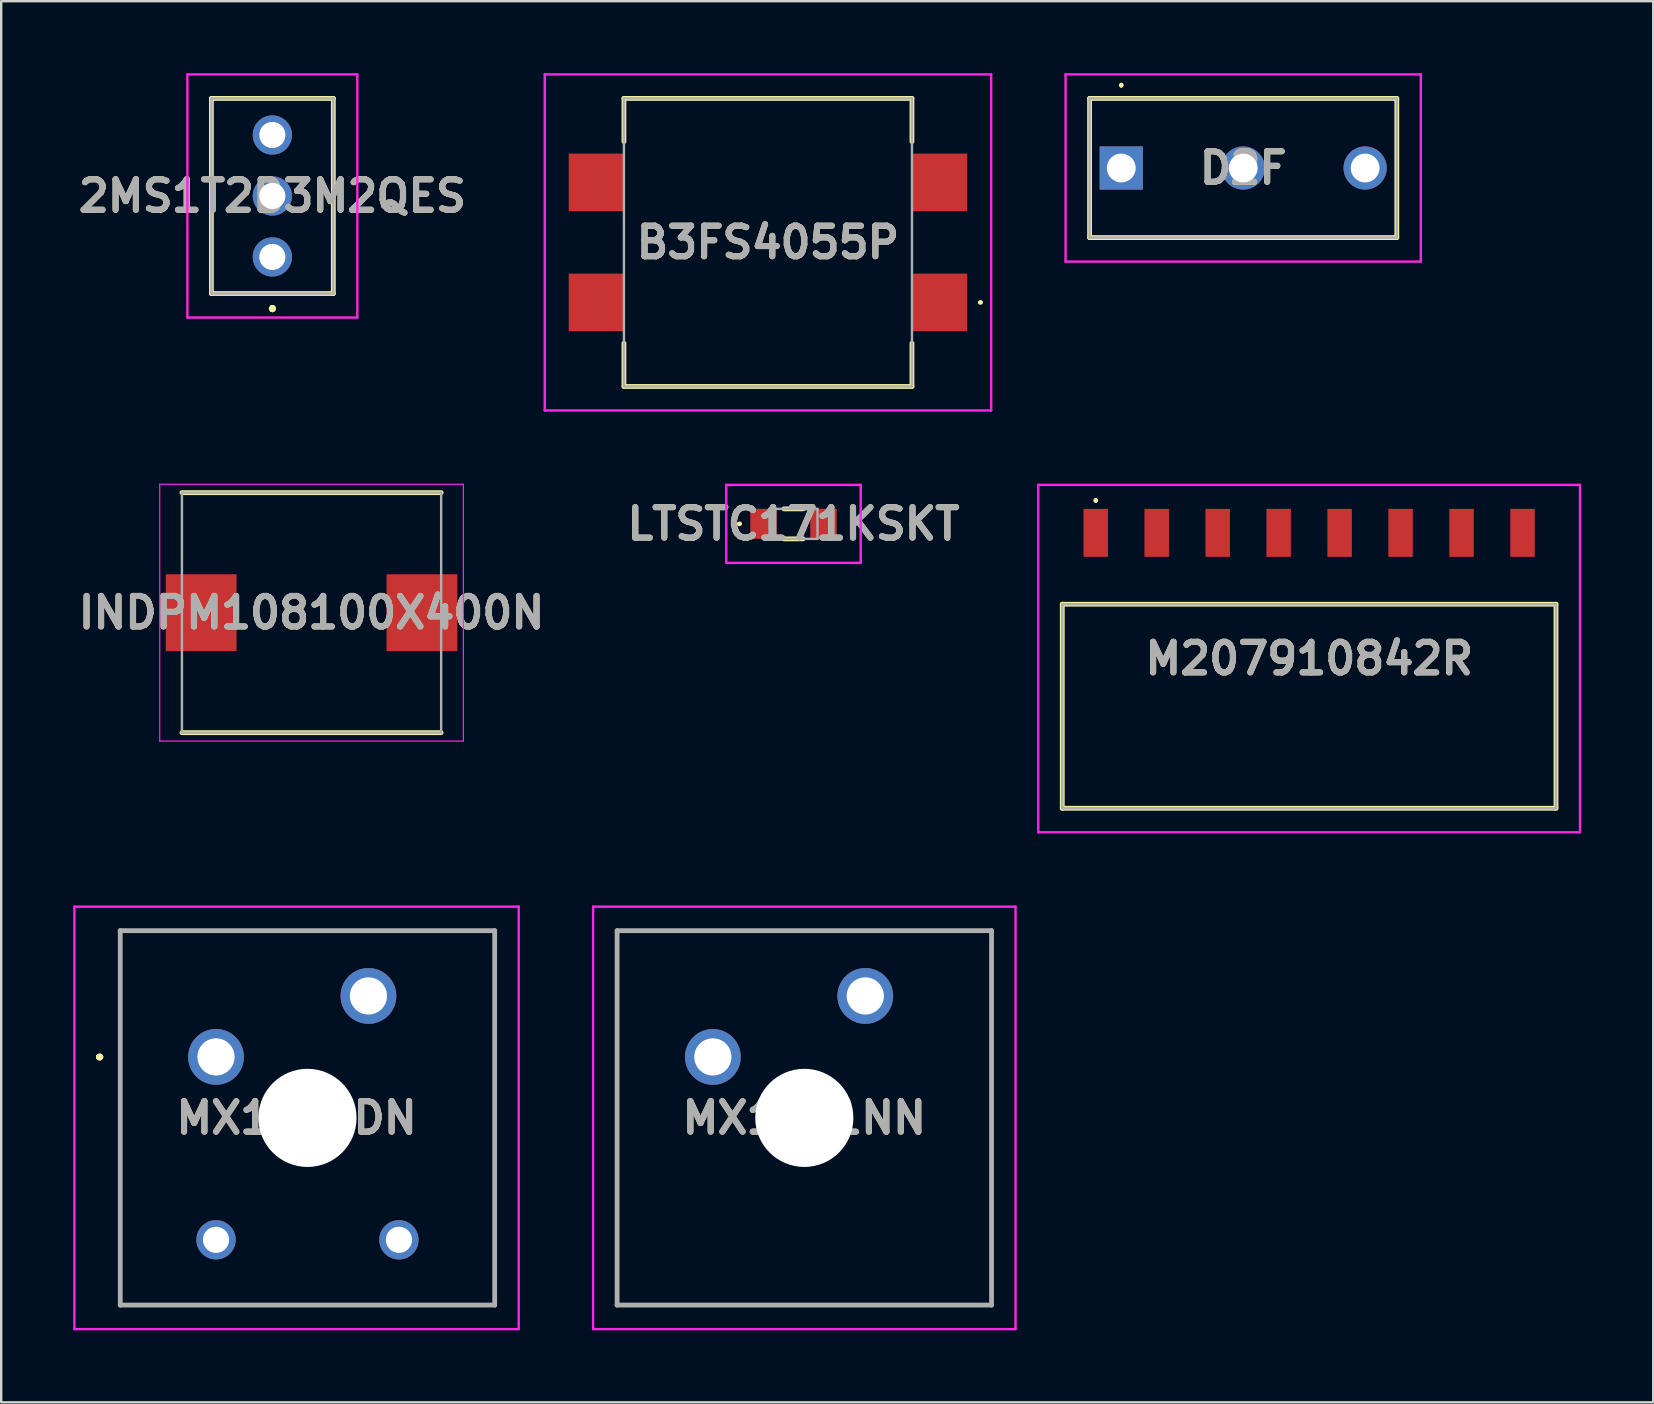
<source format=kicad_pcb>
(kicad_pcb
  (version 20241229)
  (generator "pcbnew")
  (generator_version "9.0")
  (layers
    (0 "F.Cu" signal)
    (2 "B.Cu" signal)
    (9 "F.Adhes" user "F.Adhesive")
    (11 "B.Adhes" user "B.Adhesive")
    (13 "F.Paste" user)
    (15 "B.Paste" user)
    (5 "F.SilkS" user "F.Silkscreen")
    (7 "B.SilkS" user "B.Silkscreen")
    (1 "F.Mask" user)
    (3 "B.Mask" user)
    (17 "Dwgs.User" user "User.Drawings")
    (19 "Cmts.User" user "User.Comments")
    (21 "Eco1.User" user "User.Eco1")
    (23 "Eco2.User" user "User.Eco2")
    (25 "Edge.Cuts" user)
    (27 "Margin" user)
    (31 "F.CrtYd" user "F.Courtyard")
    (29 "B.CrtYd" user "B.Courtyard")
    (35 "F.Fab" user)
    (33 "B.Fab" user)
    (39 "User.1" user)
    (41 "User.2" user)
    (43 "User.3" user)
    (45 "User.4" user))
  (footprint "M207910842R"
    (layer "F.Cu")
    (at 51.492 26.374)
    (property "Reference" "M207910842R" (at 0 -1.987 0) (layer "F.SilkS") (effects (font (size 1.27 1.27) (thickness 0.254))))
    (attr smd)
    (fp_line (start -10.285 -4.25) (end -10.285 4.25) (stroke (width 0.2) (type solid)) (layer "F.SilkS"))
    (fp_line (start -10.285 4.25) (end 10.285 4.25) (stroke (width 0.2) (type solid)) (layer "F.SilkS"))
    (fp_line (start -8.89 -8.625) (end -8.89 -8.625) (stroke (width 0.1) (type solid)) (layer "F.SilkS"))
    (fp_line (start -8.89 -8.524) (end -8.89 -8.524) (stroke (width 0.1) (type solid)) (layer "F.SilkS"))
    (fp_line (start 10.285 -4.25) (end -10.285 -4.25) (stroke (width 0.2) (type solid)) (layer "F.SilkS"))
    (fp_line (start 10.285 4.25) (end 10.285 -4.25) (stroke (width 0.2) (type solid)) (layer "F.SilkS"))
    (fp_arc (start -8.89 -8.625) (mid -8.8395 -8.5745) (end -8.89 -8.524) (stroke (width 0.1) (type solid)) (layer "F.SilkS"))
    (fp_arc (start -8.89 -8.524) (mid -8.9405 -8.5745) (end -8.89 -8.625) (stroke (width 0.1) (type solid)) (layer "F.SilkS"))
    (fp_line (start -11.285 -9.224) (end 11.285 -9.224) (stroke (width 0.1) (type solid)) (layer "F.CrtYd"))
    (fp_line (start -11.285 5.25) (end -11.285 -9.224) (stroke (width 0.1) (type solid)) (layer "F.CrtYd"))
    (fp_line (start 11.285 -9.224) (end 11.285 5.25) (stroke (width 0.1) (type solid)) (layer "F.CrtYd"))
    (fp_line (start 11.285 5.25) (end -11.285 5.25) (stroke (width 0.1) (type solid)) (layer "F.CrtYd"))
    (fp_line (start -10.285 -4.25) (end 10.285 -4.25) (stroke (width 0.1) (type solid)) (layer "F.Fab"))
    (fp_line (start -10.285 4.25) (end -10.285 -4.25) (stroke (width 0.1) (type solid)) (layer "F.Fab"))
    (fp_line (start 10.285 -4.25) (end 10.285 4.25) (stroke (width 0.1) (type solid)) (layer "F.Fab"))
    (fp_line (start 10.285 4.25) (end -10.285 4.25) (stroke (width 0.1) (type solid)) (layer "F.Fab"))
    (fp_text user "${REFERENCE}" (at 0 -1.987 0) (layer "F.Fab") (effects (font (size 1.27 1.27) (thickness 0.254))))
    (pad "1" smd rect (at -8.89 -7.224) (size 1.02 2) (layers "F.Cu" "F.Mask" "F.Paste"))
    (pad "2" smd rect (at -6.35 -7.224) (size 1.02 2) (layers "F.Cu" "F.Mask" "F.Paste"))
    (pad "3" smd rect (at -3.81 -7.224) (size 1.02 2) (layers "F.Cu" "F.Mask" "F.Paste"))
    (pad "4" smd rect (at -1.27 -7.224) (size 1.02 2) (layers "F.Cu" "F.Mask" "F.Paste"))
    (pad "5" smd rect (at 1.27 -7.224) (size 1.02 2) (layers "F.Cu" "F.Mask" "F.Paste"))
    (pad "6" smd rect (at 3.81 -7.224) (size 1.02 2) (layers "F.Cu" "F.Mask" "F.Paste"))
    (pad "7" smd rect (at 6.35 -7.224) (size 1.02 2) (layers "F.Cu" "F.Mask" "F.Paste"))
    (pad "8" smd rect (at 8.89 -7.224) (size 1.02 2) (layers "F.Cu" "F.Mask" "F.Paste")))
  (footprint "MX1AC1NN"
    (layer "F.Cu")
    (at 26.65 40.984)
    (property "Reference" "MX1AC1NN" (at 3.81 2.54 0) (layer "F.SilkS") (effects (font (size 1.27 1.27) (thickness 0.254))))
    (attr through_hole)
    (fp_line (start -3.99 -5.26) (end 11.61 -5.26) (stroke (width 0.1) (type solid)) (layer "F.SilkS"))
    (fp_line (start -3.99 10.34) (end -3.99 -5.26) (stroke (width 0.1) (type solid)) (layer "F.SilkS"))
    (fp_line (start 11.61 -5.26) (end 11.61 10.34) (stroke (width 0.1) (type solid)) (layer "F.SilkS"))
    (fp_line (start 11.61 10.34) (end -3.99 10.34) (stroke (width 0.1) (type solid)) (layer "F.SilkS"))
    (fp_line (start -4.99 -6.26) (end 12.61 -6.26) (stroke (width 0.1) (type solid)) (layer "F.CrtYd"))
    (fp_line (start -4.99 11.34) (end -4.99 -6.26) (stroke (width 0.1) (type solid)) (layer "F.CrtYd"))
    (fp_line (start 12.61 -6.26) (end 12.61 11.34) (stroke (width 0.1) (type solid)) (layer "F.CrtYd"))
    (fp_line (start 12.61 11.34) (end -4.99 11.34) (stroke (width 0.1) (type solid)) (layer "F.CrtYd"))
    (fp_line (start -3.99 -5.26) (end 11.61 -5.26) (stroke (width 0.2) (type solid)) (layer "F.Fab"))
    (fp_line (start -3.99 10.34) (end -3.99 -5.26) (stroke (width 0.2) (type solid)) (layer "F.Fab"))
    (fp_line (start 11.61 -5.26) (end 11.61 10.34) (stroke (width 0.2) (type solid)) (layer "F.Fab"))
    (fp_line (start 11.61 10.34) (end -3.99 10.34) (stroke (width 0.2) (type solid)) (layer "F.Fab"))
    (fp_text user "${REFERENCE}" (at 3.81 2.54 0) (layer "F.Fab") (effects (font (size 1.27 1.27) (thickness 0.254))))
    (pad "" np_thru_hole circle (at 3.81 2.54) (size 4.089 4.089) (drill 4.089) (layers "*.Cu" "*.Mask"))
    (pad "1" thru_hole circle (at 0 0) (size 2.324 2.324) (drill 1.549) (layers "*.Cu" "*.Mask"))
    (pad "2" thru_hole circle (at 6.35 -2.54) (size 2.324 2.324) (drill 1.549) (layers "*.Cu" "*.Mask")))
  (footprint "B3FS4055P"
    (layer "F.Cu")
    (at 28.945 7.05)
    (property "Reference" "B3FS4055P" (at 0 0 0) (layer "F.SilkS") (effects (font (size 1.27 1.27) (thickness 0.254))))
    (attr smd)
    (fp_line (start -6 -6) (end 6 -6) (stroke (width 0.2) (type solid)) (layer "F.SilkS"))
    (fp_line (start -6 -4.2) (end -6 -6) (stroke (width 0.2) (type solid)) (layer "F.SilkS"))
    (fp_line (start -6 6) (end -6 4.2) (stroke (width 0.2) (type solid)) (layer "F.SilkS"))
    (fp_line (start 6 -6) (end 6 -4.2) (stroke (width 0.2) (type solid)) (layer "F.SilkS"))
    (fp_line (start 6 4.2) (end 6 6) (stroke (width 0.2) (type solid)) (layer "F.SilkS"))
    (fp_line (start 6 6) (end -6 6) (stroke (width 0.2) (type solid)) (layer "F.SilkS"))
    (fp_line (start 8.8 2.5) (end 8.8 2.5) (stroke (width 0.1) (type solid)) (layer "F.SilkS"))
    (fp_line (start 8.9 2.5) (end 8.9 2.5) (stroke (width 0.1) (type solid)) (layer "F.SilkS"))
    (fp_arc (start 8.8 2.5) (mid 8.85 2.45) (end 8.9 2.5) (stroke (width 0.1) (type solid)) (layer "F.SilkS"))
    (fp_arc (start 8.9 2.5) (mid 8.85 2.55) (end 8.8 2.5) (stroke (width 0.1) (type solid)) (layer "F.SilkS"))
    (fp_line (start -9.3 -7) (end 9.3 -7) (stroke (width 0.1) (type solid)) (layer "F.CrtYd"))
    (fp_line (start -9.3 7) (end -9.3 -7) (stroke (width 0.1) (type solid)) (layer "F.CrtYd"))
    (fp_line (start 9.3 -7) (end 9.3 7) (stroke (width 0.1) (type solid)) (layer "F.CrtYd"))
    (fp_line (start 9.3 7) (end -9.3 7) (stroke (width 0.1) (type solid)) (layer "F.CrtYd"))
    (fp_line (start -6 -6) (end 6 -6) (stroke (width 0.1) (type solid)) (layer "F.Fab"))
    (fp_line (start -6 6) (end -6 -6) (stroke (width 0.1) (type solid)) (layer "F.Fab"))
    (fp_line (start 6 -6) (end 6 6) (stroke (width 0.1) (type solid)) (layer "F.Fab"))
    (fp_line (start 6 6) (end -6 6) (stroke (width 0.1) (type solid)) (layer "F.Fab"))
    (fp_text user "${REFERENCE}" (at 0 0 0) (layer "F.Fab") (effects (font (size 1.27 1.27) (thickness 0.254))))
    (pad "1" smd rect (at 7.15 2.5) (size 2.3 2.4) (layers "F.Cu" "F.Mask" "F.Paste"))
    (pad "2" smd rect (at -7.15 2.5) (size 2.3 2.4) (layers "F.Cu" "F.Mask" "F.Paste"))
    (pad "3" smd rect (at 7.15 -2.5) (size 2.3 2.4) (layers "F.Cu" "F.Mask" "F.Paste"))
    (pad "4" smd rect (at -7.15 -2.5) (size 2.3 2.4) (layers "F.Cu" "F.Mask" "F.Paste")))
  (footprint "2MS1T2B3M2QES"
    (layer "F.Cu")
    (at 8.297 7.655)
    (property "Reference" "2MS1T2B3M2QES" (at 0 -2.54 0) (layer "F.SilkS") (effects (font (size 1.27 1.27) (thickness 0.254))))
    (attr through_hole)
    (fp_line (start -2.54 -6.605) (end 2.54 -6.605) (stroke (width 0.2) (type solid)) (layer "F.SilkS"))
    (fp_line (start -2.54 1.525) (end -2.54 -6.605) (stroke (width 0.2) (type solid)) (layer "F.SilkS"))
    (fp_line (start 0 2.1) (end 0 2.1) (stroke (width 0.2) (type solid)) (layer "F.SilkS"))
    (fp_line (start 0 2.2) (end 0 2.2) (stroke (width 0.2) (type solid)) (layer "F.SilkS"))
    (fp_line (start 0 2.2) (end 0 2.2) (stroke (width 0.2) (type solid)) (layer "F.SilkS"))
    (fp_line (start 2.54 -6.605) (end 2.54 1.525) (stroke (width 0.2) (type solid)) (layer "F.SilkS"))
    (fp_line (start 2.54 1.525) (end -2.54 1.525) (stroke (width 0.2) (type solid)) (layer "F.SilkS"))
    (fp_arc (start 0 2.1) (mid 0.05 2.15) (end 0 2.2) (stroke (width 0.2) (type solid)) (layer "F.SilkS"))
    (fp_arc (start 0 2.1) (mid 0.05 2.15) (end 0 2.2) (stroke (width 0.2) (type solid)) (layer "F.SilkS"))
    (fp_arc (start 0 2.2) (mid -0.05 2.15) (end 0 2.1) (stroke (width 0.2) (type solid)) (layer "F.SilkS"))
    (fp_line (start -3.54 -7.605) (end 3.54 -7.605) (stroke (width 0.1) (type solid)) (layer "F.CrtYd"))
    (fp_line (start -3.54 2.525) (end -3.54 -7.605) (stroke (width 0.1) (type solid)) (layer "F.CrtYd"))
    (fp_line (start 3.54 -7.605) (end 3.54 2.525) (stroke (width 0.1) (type solid)) (layer "F.CrtYd"))
    (fp_line (start 3.54 2.525) (end -3.54 2.525) (stroke (width 0.1) (type solid)) (layer "F.CrtYd"))
    (fp_line (start -2.54 -6.605) (end -2.54 1.525) (stroke (width 0.1) (type solid)) (layer "F.Fab"))
    (fp_line (start -2.54 1.525) (end 2.54 1.525) (stroke (width 0.1) (type solid)) (layer "F.Fab"))
    (fp_line (start 2.54 -6.605) (end -2.54 -6.605) (stroke (width 0.1) (type solid)) (layer "F.Fab"))
    (fp_line (start 2.54 1.525) (end 2.54 -6.605) (stroke (width 0.1) (type solid)) (layer "F.Fab"))
    (fp_text user "${REFERENCE}" (at 0 -2.54 0) (layer "F.Fab") (effects (font (size 1.27 1.27) (thickness 0.254))))
    (pad "1" thru_hole circle (at 0 0) (size 1.635 1.635) (drill 1.09) (layers "*.Cu" "*.Mask"))
    (pad "2" thru_hole circle (at 0 -2.54) (size 1.635 1.635) (drill 1.09) (layers "*.Cu" "*.Mask"))
    (pad "3" thru_hole circle (at 0 -5.08) (size 1.635 1.635) (drill 1.09) (layers "*.Cu" "*.Mask")))
  (footprint "LTSTC171KSKT"
    (layer "F.Cu")
    (at 30.009 18.775)
    (property "Reference" "LTSTC171KSKT" (at 0 0 0) (layer "F.SilkS") (effects (font (size 1.27 1.27) (thickness 0.254))))
    (attr smd)
    (fp_line (start -2.3 0) (end -2.3 0) (stroke (width 0.1) (type solid)) (layer "F.SilkS"))
    (fp_line (start -2.2 0) (end -2.2 0) (stroke (width 0.1) (type solid)) (layer "F.SilkS"))
    (fp_line (start -0.4 -0.625) (end 0.4 -0.625) (stroke (width 0.2) (type solid)) (layer "F.SilkS"))
    (fp_line (start -0.4 0.625) (end 0.4 0.625) (stroke (width 0.2) (type solid)) (layer "F.SilkS"))
    (fp_arc (start -2.3 0) (mid -2.25 -0.05) (end -2.2 0) (stroke (width 0.1) (type solid)) (layer "F.SilkS"))
    (fp_arc (start -2.2 0) (mid -2.25 0.05) (end -2.3 0) (stroke (width 0.1) (type solid)) (layer "F.SilkS"))
    (fp_line (start -2.8 -1.625) (end 2.8 -1.625) (stroke (width 0.1) (type solid)) (layer "F.CrtYd"))
    (fp_line (start -2.8 1.625) (end -2.8 -1.625) (stroke (width 0.1) (type solid)) (layer "F.CrtYd"))
    (fp_line (start 2.8 -1.625) (end 2.8 1.625) (stroke (width 0.1) (type solid)) (layer "F.CrtYd"))
    (fp_line (start 2.8 1.625) (end -2.8 1.625) (stroke (width 0.1) (type solid)) (layer "F.CrtYd"))
    (fp_line (start -1 -0.625) (end 1 -0.625) (stroke (width 0.1) (type solid)) (layer "F.Fab"))
    (fp_line (start -1 0.625) (end -1 -0.625) (stroke (width 0.1) (type solid)) (layer "F.Fab"))
    (fp_line (start 1 -0.625) (end 1 0.625) (stroke (width 0.1) (type solid)) (layer "F.Fab"))
    (fp_line (start 1 0.625) (end -1 0.625) (stroke (width 0.1) (type solid)) (layer "F.Fab"))
    (fp_text user "${REFERENCE}" (at 0 0 0) (layer "F.Fab") (effects (font (size 1.27 1.27) (thickness 0.254))))
    (pad "1" smd rect (at -1.25 0) (size 1.1 1.25) (layers "F.Cu" "F.Mask" "F.Paste"))
    (pad "2" smd rect (at 1.25 0) (size 1.1 1.25) (layers "F.Cu" "F.Mask" "F.Paste")))
  (footprint "MX1A11DN"
    (layer "F.Cu")
    (at 5.95 40.984)
    (property "Reference" "MX1A11DN" (at 3.355 2.54 0) (layer "F.SilkS") (effects (font (size 1.27 1.27) (thickness 0.254))))
    (attr through_hole)
    (fp_line (start -4.9 0) (end -4.9 0) (stroke (width 0.2) (type solid)) (layer "F.SilkS"))
    (fp_line (start -4.9 0) (end -4.9 0) (stroke (width 0.2) (type solid)) (layer "F.SilkS"))
    (fp_line (start -4.8 0) (end -4.8 0) (stroke (width 0.2) (type solid)) (layer "F.SilkS"))
    (fp_line (start -3.99 -5.26) (end 11.61 -5.26) (stroke (width 0.1) (type solid)) (layer "F.SilkS"))
    (fp_line (start -3.99 10.34) (end -3.99 -5.26) (stroke (width 0.1) (type solid)) (layer "F.SilkS"))
    (fp_line (start 11.61 -5.26) (end 11.61 10.34) (stroke (width 0.1) (type solid)) (layer "F.SilkS"))
    (fp_line (start 11.61 10.34) (end -3.99 10.34) (stroke (width 0.1) (type solid)) (layer "F.SilkS"))
    (fp_arc (start -4.9 0) (mid -4.85 -0.05) (end -4.8 0) (stroke (width 0.2) (type solid)) (layer "F.SilkS"))
    (fp_arc (start -4.8 0) (mid -4.85 0.05) (end -4.9 0) (stroke (width 0.2) (type solid)) (layer "F.SilkS"))
    (fp_arc (start -4.8 0) (mid -4.85 0.05) (end -4.9 0) (stroke (width 0.2) (type solid)) (layer "F.SilkS"))
    (fp_line (start -5.9 -6.26) (end 12.61 -6.26) (stroke (width 0.1) (type solid)) (layer "F.CrtYd"))
    (fp_line (start -5.9 11.34) (end -5.9 -6.26) (stroke (width 0.1) (type solid)) (layer "F.CrtYd"))
    (fp_line (start 12.61 -6.26) (end 12.61 11.34) (stroke (width 0.1) (type solid)) (layer "F.CrtYd"))
    (fp_line (start 12.61 11.34) (end -5.9 11.34) (stroke (width 0.1) (type solid)) (layer "F.CrtYd"))
    (fp_line (start -3.99 -5.26) (end -3.99 10.34) (stroke (width 0.2) (type solid)) (layer "F.Fab"))
    (fp_line (start -3.99 10.34) (end 11.61 10.34) (stroke (width 0.2) (type solid)) (layer "F.Fab"))
    (fp_line (start 11.61 -5.26) (end -3.99 -5.26) (stroke (width 0.2) (type solid)) (layer "F.Fab"))
    (fp_line (start 11.61 10.34) (end 11.61 -5.26) (stroke (width 0.2) (type solid)) (layer "F.Fab"))
    (fp_text user "${REFERENCE}" (at 3.355 2.54 0) (layer "F.Fab") (effects (font (size 1.27 1.27) (thickness 0.254))))
    (pad "" np_thru_hole circle (at 3.81 2.54) (size 4.089 4.089) (drill 4.089) (layers "*.Cu" "*.Mask"))
    (pad "1" thru_hole circle (at 0 0) (size 2.324 2.324) (drill 1.549) (layers "*.Cu" "*.Mask"))
    (pad "2" thru_hole circle (at 6.35 -2.54) (size 2.324 2.324) (drill 1.549) (layers "*.Cu" "*.Mask"))
    (pad "MH1" thru_hole circle (at 0 7.62) (size 1.638 1.638) (drill 1.092) (layers "*.Cu" "*.Mask"))
    (pad "MH2" thru_hole circle (at 7.62 7.62) (size 1.638 1.638) (drill 1.092) (layers "*.Cu" "*.Mask")))
  (footprint "D2F"
    (layer "F.Cu")
    (at 43.665 3.95)
    (property "Reference" "D2F" (at 5.08 0 0) (layer "F.SilkS") (effects (font (size 1.27 1.27) (thickness 0.254))))
    (attr through_hole)
    (fp_line (start -1.32 -2.9) (end 11.48 -2.9) (stroke (width 0.2) (type solid)) (layer "F.SilkS"))
    (fp_line (start -1.32 2.9) (end -1.32 -2.9) (stroke (width 0.2) (type solid)) (layer "F.SilkS"))
    (fp_line (start 0 -3.5) (end 0 -3.5) (stroke (width 0.1) (type solid)) (layer "F.SilkS"))
    (fp_line (start 0 -3.4) (end 0 -3.4) (stroke (width 0.1) (type solid)) (layer "F.SilkS"))
    (fp_line (start 11.48 -2.9) (end 11.48 2.9) (stroke (width 0.2) (type solid)) (layer "F.SilkS"))
    (fp_line (start 11.48 2.9) (end -1.32 2.9) (stroke (width 0.2) (type solid)) (layer "F.SilkS"))
    (fp_arc (start 0 -3.5) (mid 0.05 -3.45) (end 0 -3.4) (stroke (width 0.1) (type solid)) (layer "F.SilkS"))
    (fp_arc (start 0 -3.4) (mid -0.05 -3.45) (end 0 -3.5) (stroke (width 0.1) (type solid)) (layer "F.SilkS"))
    (fp_line (start -2.32 -3.9) (end 12.48 -3.9) (stroke (width 0.1) (type solid)) (layer "F.CrtYd"))
    (fp_line (start -2.32 3.9) (end -2.32 -3.9) (stroke (width 0.1) (type solid)) (layer "F.CrtYd"))
    (fp_line (start 12.48 -3.9) (end 12.48 3.9) (stroke (width 0.1) (type solid)) (layer "F.CrtYd"))
    (fp_line (start 12.48 3.9) (end -2.32 3.9) (stroke (width 0.1) (type solid)) (layer "F.CrtYd"))
    (fp_line (start -1.32 -2.9) (end -1.32 2.9) (stroke (width 0.1) (type solid)) (layer "F.Fab"))
    (fp_line (start -1.32 2.9) (end 11.48 2.9) (stroke (width 0.1) (type solid)) (layer "F.Fab"))
    (fp_line (start 11.48 -2.9) (end -1.32 -2.9) (stroke (width 0.1) (type solid)) (layer "F.Fab"))
    (fp_line (start 11.48 2.9) (end 11.48 -2.9) (stroke (width 0.1) (type solid)) (layer "F.Fab"))
    (fp_text user "${REFERENCE}" (at 5.08 0 0) (layer "F.Fab") (effects (font (size 1.27 1.27) (thickness 0.254))))
    (pad "1" thru_hole rect (at 0 0) (size 1.8 1.8) (drill 1.2) (layers "*.Cu" "*.Mask"))
    (pad "2" thru_hole circle (at 5.08 0) (size 1.8 1.8) (drill 1.2) (layers "*.Cu" "*.Mask"))
    (pad "3" thru_hole circle (at 10.16 0) (size 1.8 1.8) (drill 1.2) (layers "*.Cu" "*.Mask")))
  (footprint "INDPM108100X400N"
    (layer "F.Cu")
    (at 9.93 22.475)
    (property "Reference" "INDPM108100X400N" (at 0 0 0) (layer "F.SilkS") (effects (font (size 1.27 1.27) (thickness 0.254))))
    (attr smd)
    (fp_line (start -5.4 5) (end 5.4 5) (stroke (width 0.2) (type solid)) (layer "F.SilkS"))
    (fp_line (start 5.4 -5) (end -5.4 -5) (stroke (width 0.2) (type solid)) (layer "F.SilkS"))
    (fp_line (start -6.325 -5.35) (end 6.325 -5.35) (stroke (width 0.05) (type solid)) (layer "F.CrtYd"))
    (fp_line (start -6.325 5.35) (end -6.325 -5.35) (stroke (width 0.05) (type solid)) (layer "F.CrtYd"))
    (fp_line (start 6.325 -5.35) (end 6.325 5.35) (stroke (width 0.05) (type solid)) (layer "F.CrtYd"))
    (fp_line (start 6.325 5.35) (end -6.325 5.35) (stroke (width 0.05) (type solid)) (layer "F.CrtYd"))
    (fp_line (start -5.4 -5) (end 5.4 -5) (stroke (width 0.1) (type solid)) (layer "F.Fab"))
    (fp_line (start -5.4 5) (end -5.4 -5) (stroke (width 0.1) (type solid)) (layer "F.Fab"))
    (fp_line (start 5.4 -5) (end 5.4 5) (stroke (width 0.1) (type solid)) (layer "F.Fab"))
    (fp_line (start 5.4 5) (end -5.4 5) (stroke (width 0.1) (type solid)) (layer "F.Fab"))
    (fp_text user "${REFERENCE}" (at 0 0 0) (layer "F.Fab") (effects (font (size 1.27 1.27) (thickness 0.254))))
    (pad "1" smd rect (at -4.6 0) (size 2.95 3.2) (layers "F.Cu" "F.Mask" "F.Paste"))
    (pad "2" smd rect (at 4.6 0) (size 2.95 3.2) (layers "F.Cu" "F.Mask" "F.Paste")))
  (gr_rect
    (start -3 -3)
    (end 65.827 55.374)
    (stroke (width 0.1) (type default))
    (fill no)
    (layer "Edge.Cuts")))
</source>
